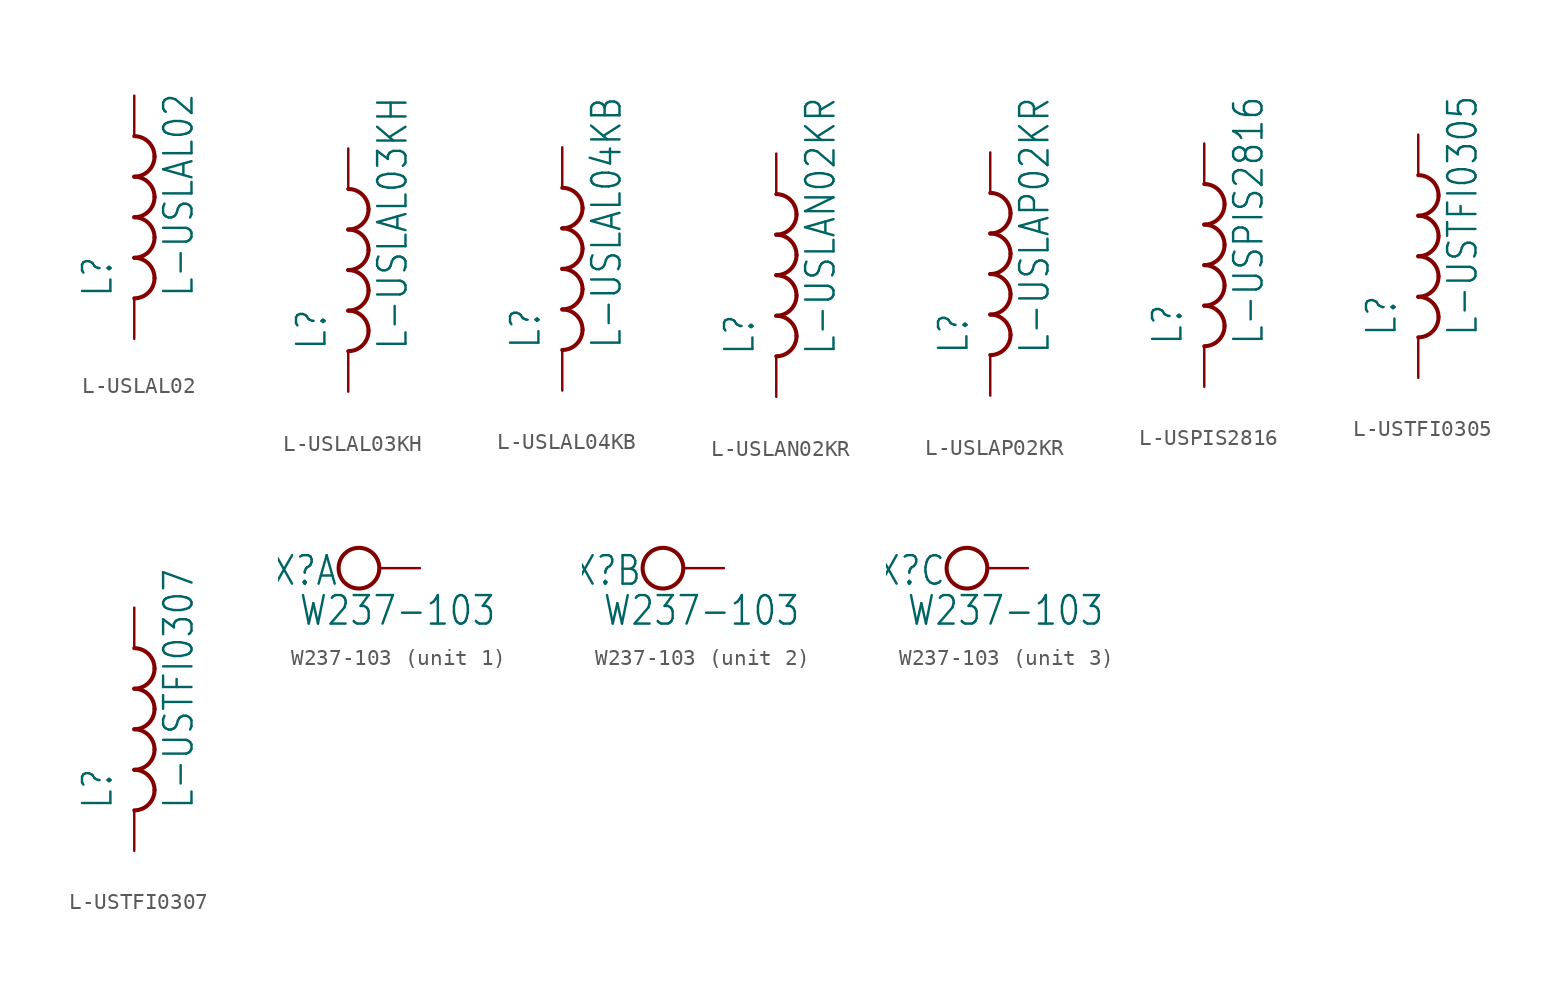
<source format=kicad_sym>
(kicad_symbol_lib
  (version 20211014)
  (generator kicad_symbol_editor)
  (symbol "L-USLAL02"
    (property "Reference" "L"
      (at -1.27 -5.08 90)
      (effects (font (size 1.778 1.511)) (justify left bottom)))
    (property "Value" "L-USLAL02"
      (at 3.81 -5.08 90)
      (effects (font (size 1.778 1.511)) (justify left bottom)))
    (property "ki_locked" ""
      (at 0 0 0)
      (effects (font (size 1.27 1.27))))
    (symbol "L-USLAL02_1_0"
      (arc (start 0 -5.08) (mid 0.898 -4.708) (end 1.27 -3.81) (stroke (width 0.254) (type default) (color 0 0 0 0)) (fill (type none)))
      (arc (start 0 -2.54) (mid 0.898 -2.168) (end 1.27 -1.27) (stroke (width 0.254) (type default) (color 0 0 0 0)) (fill (type none)))
      (arc (start 0 0) (mid 0.898 0.372) (end 1.27 1.27) (stroke (width 0.254) (type default) (color 0 0 0 0)) (fill (type none)))
      (arc (start 0 2.54) (mid 0.898 2.912) (end 1.27 3.81) (stroke (width 0.254) (type default) (color 0 0 0 0)) (fill (type none)))
      (arc (start 1.27 -3.81) (mid 0.898 -2.912) (end 0 -2.54) (stroke (width 0.254) (type default) (color 0 0 0 0)) (fill (type none)))
      (arc (start 1.27 -1.27) (mid 0.898 -0.372) (end 0 0) (stroke (width 0.254) (type default) (color 0 0 0 0)) (fill (type none)))
      (arc (start 1.27 1.27) (mid 0.898 2.168) (end 0 2.54) (stroke (width 0.254) (type default) (color 0 0 0 0)) (fill (type none)))
      (arc (start 1.27 3.81) (mid 0.898 4.708) (end 0 5.08) (stroke (width 0.254) (type default) (color 0 0 0 0)) (fill (type none)))
      (pin passive line (at 0 7.62 270) (length 2.54) (name "1" (effects (font (size 0 0)))) (number "1" (effects (font (size 0 0)))))
      (pin passive line (at 0 -7.62 90) (length 2.54) (name "2" (effects (font (size 0 0)))) (number "2" (effects (font (size 0 0)))))))
  (symbol "L-USLAL03KH"
    (property "Reference" "L"
      (at -1.27 -5.08 90)
      (effects (font (size 1.778 1.511)) (justify left bottom)))
    (property "Value" "L-USLAL03KH"
      (at 3.81 -5.08 90)
      (effects (font (size 1.778 1.511)) (justify left bottom)))
    (property "ki_locked" ""
      (at 0 0 0)
      (effects (font (size 1.27 1.27))))
    (symbol "L-USLAL03KH_1_0"
      (arc (start 0 -5.08) (mid 0.898 -4.708) (end 1.27 -3.81) (stroke (width 0.254) (type default) (color 0 0 0 0)) (fill (type none)))
      (arc (start 0 -2.54) (mid 0.898 -2.168) (end 1.27 -1.27) (stroke (width 0.254) (type default) (color 0 0 0 0)) (fill (type none)))
      (arc (start 0 0) (mid 0.898 0.372) (end 1.27 1.27) (stroke (width 0.254) (type default) (color 0 0 0 0)) (fill (type none)))
      (arc (start 0 2.54) (mid 0.898 2.912) (end 1.27 3.81) (stroke (width 0.254) (type default) (color 0 0 0 0)) (fill (type none)))
      (arc (start 1.27 -3.81) (mid 0.898 -2.912) (end 0 -2.54) (stroke (width 0.254) (type default) (color 0 0 0 0)) (fill (type none)))
      (arc (start 1.27 -1.27) (mid 0.898 -0.372) (end 0 0) (stroke (width 0.254) (type default) (color 0 0 0 0)) (fill (type none)))
      (arc (start 1.27 1.27) (mid 0.898 2.168) (end 0 2.54) (stroke (width 0.254) (type default) (color 0 0 0 0)) (fill (type none)))
      (arc (start 1.27 3.81) (mid 0.898 4.708) (end 0 5.08) (stroke (width 0.254) (type default) (color 0 0 0 0)) (fill (type none)))
      (pin passive line (at 0 7.62 270) (length 2.54) (name "1" (effects (font (size 0 0)))) (number "1" (effects (font (size 0 0)))))
      (pin passive line (at 0 -7.62 90) (length 2.54) (name "2" (effects (font (size 0 0)))) (number "2" (effects (font (size 0 0)))))))
  (symbol "L-USLAL04KB"
    (property "Reference" "L"
      (at -1.27 -5.08 90)
      (effects (font (size 1.778 1.511)) (justify left bottom)))
    (property "Value" "L-USLAL04KB"
      (at 3.81 -5.08 90)
      (effects (font (size 1.778 1.511)) (justify left bottom)))
    (property "ki_locked" ""
      (at 0 0 0)
      (effects (font (size 1.27 1.27))))
    (symbol "L-USLAL04KB_1_0"
      (arc (start 0 -5.08) (mid 0.898 -4.708) (end 1.27 -3.81) (stroke (width 0.254) (type default) (color 0 0 0 0)) (fill (type none)))
      (arc (start 0 -2.54) (mid 0.898 -2.168) (end 1.27 -1.27) (stroke (width 0.254) (type default) (color 0 0 0 0)) (fill (type none)))
      (arc (start 0 0) (mid 0.898 0.372) (end 1.27 1.27) (stroke (width 0.254) (type default) (color 0 0 0 0)) (fill (type none)))
      (arc (start 0 2.54) (mid 0.898 2.912) (end 1.27 3.81) (stroke (width 0.254) (type default) (color 0 0 0 0)) (fill (type none)))
      (arc (start 1.27 -3.81) (mid 0.898 -2.912) (end 0 -2.54) (stroke (width 0.254) (type default) (color 0 0 0 0)) (fill (type none)))
      (arc (start 1.27 -1.27) (mid 0.898 -0.372) (end 0 0) (stroke (width 0.254) (type default) (color 0 0 0 0)) (fill (type none)))
      (arc (start 1.27 1.27) (mid 0.898 2.168) (end 0 2.54) (stroke (width 0.254) (type default) (color 0 0 0 0)) (fill (type none)))
      (arc (start 1.27 3.81) (mid 0.898 4.708) (end 0 5.08) (stroke (width 0.254) (type default) (color 0 0 0 0)) (fill (type none)))
      (pin passive line (at 0 7.62 270) (length 2.54) (name "1" (effects (font (size 0 0)))) (number "1" (effects (font (size 0 0)))))
      (pin passive line (at 0 -7.62 90) (length 2.54) (name "2" (effects (font (size 0 0)))) (number "2" (effects (font (size 0 0)))))))
  (symbol "L-USLAN02KR"
    (property "Reference" "L"
      (at -1.27 -5.08 90)
      (effects (font (size 1.778 1.511)) (justify left bottom)))
    (property "Value" "L-USLAN02KR"
      (at 3.81 -5.08 90)
      (effects (font (size 1.778 1.511)) (justify left bottom)))
    (property "ki_locked" ""
      (at 0 0 0)
      (effects (font (size 1.27 1.27))))
    (symbol "L-USLAN02KR_1_0"
      (arc (start 0 -5.08) (mid 0.898 -4.708) (end 1.27 -3.81) (stroke (width 0.254) (type default) (color 0 0 0 0)) (fill (type none)))
      (arc (start 0 -2.54) (mid 0.898 -2.168) (end 1.27 -1.27) (stroke (width 0.254) (type default) (color 0 0 0 0)) (fill (type none)))
      (arc (start 0 0) (mid 0.898 0.372) (end 1.27 1.27) (stroke (width 0.254) (type default) (color 0 0 0 0)) (fill (type none)))
      (arc (start 0 2.54) (mid 0.898 2.912) (end 1.27 3.81) (stroke (width 0.254) (type default) (color 0 0 0 0)) (fill (type none)))
      (arc (start 1.27 -3.81) (mid 0.898 -2.912) (end 0 -2.54) (stroke (width 0.254) (type default) (color 0 0 0 0)) (fill (type none)))
      (arc (start 1.27 -1.27) (mid 0.898 -0.372) (end 0 0) (stroke (width 0.254) (type default) (color 0 0 0 0)) (fill (type none)))
      (arc (start 1.27 1.27) (mid 0.898 2.168) (end 0 2.54) (stroke (width 0.254) (type default) (color 0 0 0 0)) (fill (type none)))
      (arc (start 1.27 3.81) (mid 0.898 4.708) (end 0 5.08) (stroke (width 0.254) (type default) (color 0 0 0 0)) (fill (type none)))
      (pin passive line (at 0 7.62 270) (length 2.54) (name "1" (effects (font (size 0 0)))) (number "1" (effects (font (size 0 0)))))
      (pin passive line (at 0 -7.62 90) (length 2.54) (name "2" (effects (font (size 0 0)))) (number "2" (effects (font (size 0 0)))))))
  (symbol "L-USLAP02KR"
    (property "Reference" "L"
      (at -1.27 -5.08 90)
      (effects (font (size 1.778 1.511)) (justify left bottom)))
    (property "Value" "L-USLAP02KR"
      (at 3.81 -5.08 90)
      (effects (font (size 1.778 1.511)) (justify left bottom)))
    (property "ki_locked" ""
      (at 0 0 0)
      (effects (font (size 1.27 1.27))))
    (symbol "L-USLAP02KR_1_0"
      (arc (start 0 -5.08) (mid 0.898 -4.708) (end 1.27 -3.81) (stroke (width 0.254) (type default) (color 0 0 0 0)) (fill (type none)))
      (arc (start 0 -2.54) (mid 0.898 -2.168) (end 1.27 -1.27) (stroke (width 0.254) (type default) (color 0 0 0 0)) (fill (type none)))
      (arc (start 0 0) (mid 0.898 0.372) (end 1.27 1.27) (stroke (width 0.254) (type default) (color 0 0 0 0)) (fill (type none)))
      (arc (start 0 2.54) (mid 0.898 2.912) (end 1.27 3.81) (stroke (width 0.254) (type default) (color 0 0 0 0)) (fill (type none)))
      (arc (start 1.27 -3.81) (mid 0.898 -2.912) (end 0 -2.54) (stroke (width 0.254) (type default) (color 0 0 0 0)) (fill (type none)))
      (arc (start 1.27 -1.27) (mid 0.898 -0.372) (end 0 0) (stroke (width 0.254) (type default) (color 0 0 0 0)) (fill (type none)))
      (arc (start 1.27 1.27) (mid 0.898 2.168) (end 0 2.54) (stroke (width 0.254) (type default) (color 0 0 0 0)) (fill (type none)))
      (arc (start 1.27 3.81) (mid 0.898 4.708) (end 0 5.08) (stroke (width 0.254) (type default) (color 0 0 0 0)) (fill (type none)))
      (pin passive line (at 0 7.62 270) (length 2.54) (name "1" (effects (font (size 0 0)))) (number "1" (effects (font (size 0 0)))))
      (pin passive line (at 0 -7.62 90) (length 2.54) (name "2" (effects (font (size 0 0)))) (number "2" (effects (font (size 0 0)))))))
  (symbol "L-USPIS2816"
    (property "Reference" "L"
      (at -1.27 -5.08 90)
      (effects (font (size 1.778 1.511)) (justify left bottom)))
    (property "Value" "L-USPIS2816"
      (at 3.81 -5.08 90)
      (effects (font (size 1.778 1.511)) (justify left bottom)))
    (property "ki_locked" ""
      (at 0 0 0)
      (effects (font (size 1.27 1.27))))
    (symbol "L-USPIS2816_1_0"
      (arc (start 0 -5.08) (mid 0.898 -4.708) (end 1.27 -3.81) (stroke (width 0.254) (type default) (color 0 0 0 0)) (fill (type none)))
      (arc (start 0 -2.54) (mid 0.898 -2.168) (end 1.27 -1.27) (stroke (width 0.254) (type default) (color 0 0 0 0)) (fill (type none)))
      (arc (start 0 0) (mid 0.898 0.372) (end 1.27 1.27) (stroke (width 0.254) (type default) (color 0 0 0 0)) (fill (type none)))
      (arc (start 0 2.54) (mid 0.898 2.912) (end 1.27 3.81) (stroke (width 0.254) (type default) (color 0 0 0 0)) (fill (type none)))
      (arc (start 1.27 -3.81) (mid 0.898 -2.912) (end 0 -2.54) (stroke (width 0.254) (type default) (color 0 0 0 0)) (fill (type none)))
      (arc (start 1.27 -1.27) (mid 0.898 -0.372) (end 0 0) (stroke (width 0.254) (type default) (color 0 0 0 0)) (fill (type none)))
      (arc (start 1.27 1.27) (mid 0.898 2.168) (end 0 2.54) (stroke (width 0.254) (type default) (color 0 0 0 0)) (fill (type none)))
      (arc (start 1.27 3.81) (mid 0.898 4.708) (end 0 5.08) (stroke (width 0.254) (type default) (color 0 0 0 0)) (fill (type none)))
      (pin passive line (at 0 7.62 270) (length 2.54) (name "1" (effects (font (size 0 0)))) (number "1" (effects (font (size 0 0)))))
      (pin passive line (at 0 -7.62 90) (length 2.54) (name "2" (effects (font (size 0 0)))) (number "2" (effects (font (size 0 0)))))))
  (symbol "L-USTFI0305"
    (property "Reference" "L"
      (at -1.27 -5.08 90)
      (effects (font (size 1.778 1.511)) (justify left bottom)))
    (property "Value" "L-USTFI0305"
      (at 3.81 -5.08 90)
      (effects (font (size 1.778 1.511)) (justify left bottom)))
    (property "ki_locked" ""
      (at 0 0 0)
      (effects (font (size 1.27 1.27))))
    (symbol "L-USTFI0305_1_0"
      (arc (start 0 -5.08) (mid 0.898 -4.708) (end 1.27 -3.81) (stroke (width 0.254) (type default) (color 0 0 0 0)) (fill (type none)))
      (arc (start 0 -2.54) (mid 0.898 -2.168) (end 1.27 -1.27) (stroke (width 0.254) (type default) (color 0 0 0 0)) (fill (type none)))
      (arc (start 0 0) (mid 0.898 0.372) (end 1.27 1.27) (stroke (width 0.254) (type default) (color 0 0 0 0)) (fill (type none)))
      (arc (start 0 2.54) (mid 0.898 2.912) (end 1.27 3.81) (stroke (width 0.254) (type default) (color 0 0 0 0)) (fill (type none)))
      (arc (start 1.27 -3.81) (mid 0.898 -2.912) (end 0 -2.54) (stroke (width 0.254) (type default) (color 0 0 0 0)) (fill (type none)))
      (arc (start 1.27 -1.27) (mid 0.898 -0.372) (end 0 0) (stroke (width 0.254) (type default) (color 0 0 0 0)) (fill (type none)))
      (arc (start 1.27 1.27) (mid 0.898 2.168) (end 0 2.54) (stroke (width 0.254) (type default) (color 0 0 0 0)) (fill (type none)))
      (arc (start 1.27 3.81) (mid 0.898 4.708) (end 0 5.08) (stroke (width 0.254) (type default) (color 0 0 0 0)) (fill (type none)))
      (pin passive line (at 0 7.62 270) (length 2.54) (name "1" (effects (font (size 0 0)))) (number "1" (effects (font (size 0 0)))))
      (pin passive line (at 0 -7.62 90) (length 2.54) (name "2" (effects (font (size 0 0)))) (number "2" (effects (font (size 0 0)))))))
  (symbol "L-USTFI0307"
    (property "Reference" "L"
      (at -1.27 -5.08 90)
      (effects (font (size 1.778 1.511)) (justify left bottom)))
    (property "Value" "L-USTFI0307"
      (at 3.81 -5.08 90)
      (effects (font (size 1.778 1.511)) (justify left bottom)))
    (property "ki_locked" ""
      (at 0 0 0)
      (effects (font (size 1.27 1.27))))
    (symbol "L-USTFI0307_1_0"
      (arc (start 0 -5.08) (mid 0.898 -4.708) (end 1.27 -3.81) (stroke (width 0.254) (type default) (color 0 0 0 0)) (fill (type none)))
      (arc (start 0 -2.54) (mid 0.898 -2.168) (end 1.27 -1.27) (stroke (width 0.254) (type default) (color 0 0 0 0)) (fill (type none)))
      (arc (start 0 0) (mid 0.898 0.372) (end 1.27 1.27) (stroke (width 0.254) (type default) (color 0 0 0 0)) (fill (type none)))
      (arc (start 0 2.54) (mid 0.898 2.912) (end 1.27 3.81) (stroke (width 0.254) (type default) (color 0 0 0 0)) (fill (type none)))
      (arc (start 1.27 -3.81) (mid 0.898 -2.912) (end 0 -2.54) (stroke (width 0.254) (type default) (color 0 0 0 0)) (fill (type none)))
      (arc (start 1.27 -1.27) (mid 0.898 -0.372) (end 0 0) (stroke (width 0.254) (type default) (color 0 0 0 0)) (fill (type none)))
      (arc (start 1.27 1.27) (mid 0.898 2.168) (end 0 2.54) (stroke (width 0.254) (type default) (color 0 0 0 0)) (fill (type none)))
      (arc (start 1.27 3.81) (mid 0.898 4.708) (end 0 5.08) (stroke (width 0.254) (type default) (color 0 0 0 0)) (fill (type none)))
      (pin passive line (at 0 7.62 270) (length 2.54) (name "1" (effects (font (size 0 0)))) (number "1" (effects (font (size 0 0)))))
      (pin passive line (at 0 -7.62 90) (length 2.54) (name "2" (effects (font (size 0 0)))) (number "2" (effects (font (size 0 0)))))))
  (symbol "W237-103"
    (property "Reference" "X"
      (at 0 0.889 0)
      (effects (font (size 1.778 1.511)) (justify right top)))
    (property "Value" "W237-103"
      (at -2.54 -3.683 0)
      (effects (font (size 1.778 1.511)) (justify left bottom)))
    (property "ki_locked" ""
      (at 0 0 0)
      (effects (font (size 1.27 1.27))))
    (symbol "W237-103_1_0"
      (circle (center 1.27 0) (radius 1.27) (stroke (width 0.254) (type default) (color 0 0 0 0)) (fill (type none)))
      (pin passive line (at 5.08 0 180) (length 2.54) (name "KL" (effects (font (size 0 0)))) (number "1" (effects (font (size 0 0))))))
    (symbol "W237-103_2_0"
      (circle (center 1.27 0) (radius 1.27) (stroke (width 0.254) (type default) (color 0 0 0 0)) (fill (type none)))
      (pin passive line (at 5.08 0 180) (length 2.54) (name "KL" (effects (font (size 0 0)))) (number "2" (effects (font (size 0 0))))))
    (symbol "W237-103_3_0"
      (circle (center 1.27 0) (radius 1.27) (stroke (width 0.254) (type default) (color 0 0 0 0)) (fill (type none)))
      (pin passive line (at 5.08 0 180) (length 2.54) (name "KL" (effects (font (size 0 0)))) (number "3" (effects (font (size 0 0))))))))
</source>
